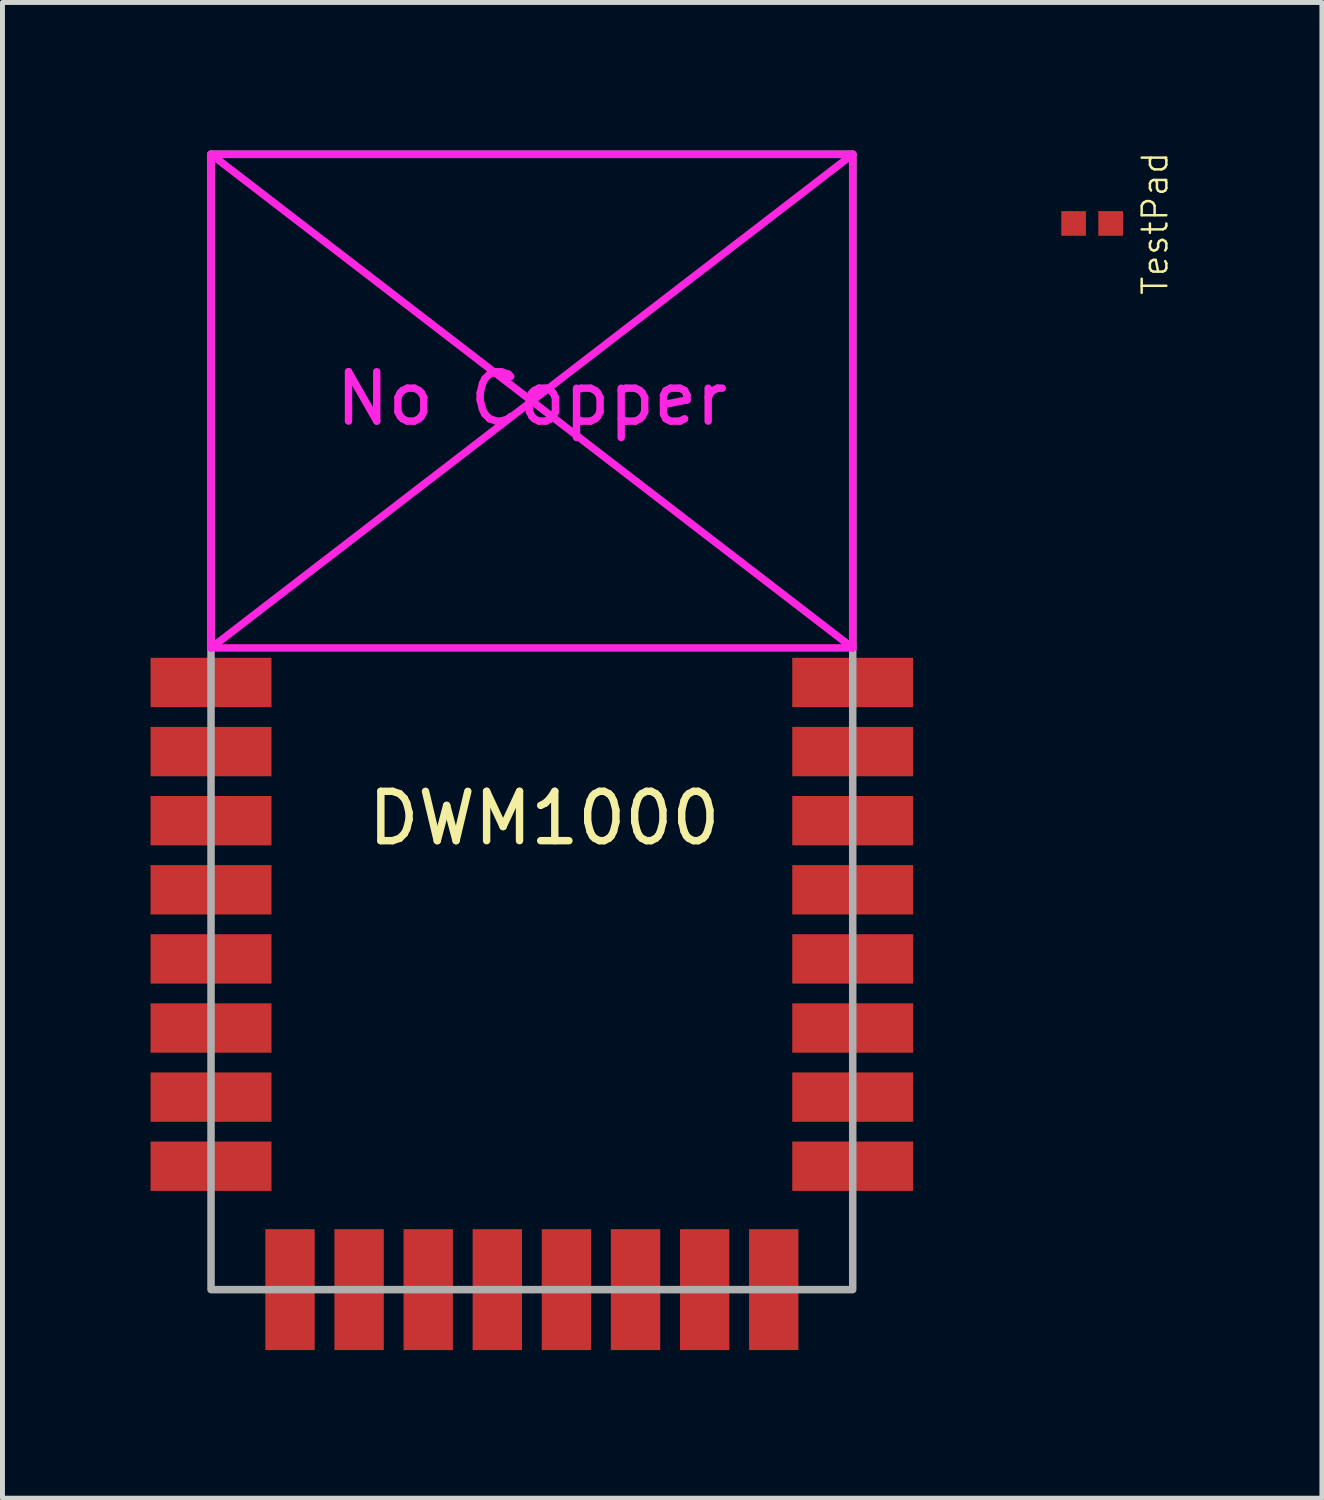
<source format=kicad_pcb>
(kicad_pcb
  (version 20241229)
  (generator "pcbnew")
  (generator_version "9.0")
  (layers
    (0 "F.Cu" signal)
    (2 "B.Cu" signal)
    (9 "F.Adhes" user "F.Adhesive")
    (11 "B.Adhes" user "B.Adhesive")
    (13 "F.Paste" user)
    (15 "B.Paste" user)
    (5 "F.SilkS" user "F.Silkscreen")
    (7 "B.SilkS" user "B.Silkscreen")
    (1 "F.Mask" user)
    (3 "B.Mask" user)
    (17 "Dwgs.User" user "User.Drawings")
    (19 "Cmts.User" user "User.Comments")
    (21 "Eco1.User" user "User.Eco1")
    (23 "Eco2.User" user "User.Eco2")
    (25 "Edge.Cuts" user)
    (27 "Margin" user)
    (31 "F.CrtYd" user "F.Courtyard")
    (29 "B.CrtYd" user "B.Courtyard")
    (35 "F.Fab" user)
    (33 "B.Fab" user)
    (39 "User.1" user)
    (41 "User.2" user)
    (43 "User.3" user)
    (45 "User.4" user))
  (footprint "DWM1000"
    (layer "F.Cu")
    (at 1.225 10.776)
    (property "Reference" "DWM1000" (at 6.75 2.75 0) (layer "F.SilkS") (effects (font (size 1 1) (thickness 0.15))))
    (attr through_hole)
    (fp_line (start 0 -10.7) (end 0 -0.7) (stroke (width 0.152) (type solid)) (layer "F.CrtYd"))
    (fp_line (start 0 -10.7) (end 13 -0.7) (stroke (width 0.152) (type solid)) (layer "F.CrtYd"))
    (fp_line (start 0 -0.7) (end 13 -0.7) (stroke (width 0.152) (type solid)) (layer "F.CrtYd"))
    (fp_line (start 13 -10.7) (end 0 -10.7) (stroke (width 0.152) (type solid)) (layer "F.CrtYd"))
    (fp_line (start 13 -10.7) (end 0 -0.7) (stroke (width 0.152) (type solid)) (layer "F.CrtYd"))
    (fp_line (start 13 -0.7) (end 13 -10.7) (stroke (width 0.152) (type solid)) (layer "F.CrtYd"))
    (fp_line (start 0 -10.7) (end 13 -10.7) (stroke (width 0.152) (type solid)) (layer "F.Fab"))
    (fp_line (start 0 12.25) (end 0 -10.7) (stroke (width 0.152) (type solid)) (layer "F.Fab"))
    (fp_line (start 13 -10.7) (end 13 12.25) (stroke (width 0.152) (type solid)) (layer "F.Fab"))
    (fp_line (start 13 12.3) (end 0 12.3) (stroke (width 0.152) (type solid)) (layer "F.Fab"))
    (fp_text user "No Copper" (at 6.5 -5.75 0) (layer "F.CrtYd") (effects (font (size 1 1) (thickness 0.15))))
    (pad "1" smd rect (at 0 0) (size 2.45 1) (layers "F.Cu" "F.Mask" "F.Paste"))
    (pad "2" smd rect (at 0 1.4) (size 2.45 1) (layers "F.Cu" "F.Mask" "F.Paste"))
    (pad "3" smd rect (at 0 2.8) (size 2.45 1) (layers "F.Cu" "F.Mask" "F.Paste"))
    (pad "4" smd rect (at 0 4.2) (size 2.45 1) (layers "F.Cu" "F.Mask" "F.Paste"))
    (pad "5" smd rect (at 0 5.6) (size 2.45 1) (layers "F.Cu" "F.Mask" "F.Paste"))
    (pad "6" smd rect (at 0 7) (size 2.45 1) (layers "F.Cu" "F.Mask" "F.Paste"))
    (pad "7" smd rect (at 0 8.4) (size 2.45 1) (layers "F.Cu" "F.Mask" "F.Paste"))
    (pad "8" smd rect (at 0 9.8) (size 2.45 1) (layers "F.Cu" "F.Mask" "F.Paste"))
    (pad "9" smd rect (at 1.6 12.3 90) (size 2.45 1) (layers "F.Cu" "F.Mask" "F.Paste"))
    (pad "10" smd rect (at 3 12.3 90) (size 2.45 1) (layers "F.Cu" "F.Mask" "F.Paste"))
    (pad "11" smd rect (at 4.4 12.3 90) (size 2.45 1) (layers "F.Cu" "F.Mask" "F.Paste"))
    (pad "12" smd rect (at 5.8 12.3 90) (size 2.45 1) (layers "F.Cu" "F.Mask" "F.Paste"))
    (pad "13" smd rect (at 7.2 12.3 90) (size 2.45 1) (layers "F.Cu" "F.Mask" "F.Paste"))
    (pad "14" smd rect (at 8.6 12.3 90) (size 2.45 1) (layers "F.Cu" "F.Mask" "F.Paste"))
    (pad "15" smd rect (at 10 12.3 90) (size 2.45 1) (layers "F.Cu" "F.Mask" "F.Paste"))
    (pad "16" smd rect (at 11.4 12.3 90) (size 2.45 1) (layers "F.Cu" "F.Mask" "F.Paste"))
    (pad "17" smd rect (at 13 9.8) (size 2.45 1) (layers "F.Cu" "F.Mask" "F.Paste"))
    (pad "18" smd rect (at 13 8.4) (size 2.45 1) (layers "F.Cu" "F.Mask" "F.Paste"))
    (pad "19" smd rect (at 13 7) (size 2.45 1) (layers "F.Cu" "F.Mask" "F.Paste"))
    (pad "20" smd rect (at 13 5.6) (size 2.45 1) (layers "F.Cu" "F.Mask" "F.Paste"))
    (pad "21" smd rect (at 13 4.2) (size 2.45 1) (layers "F.Cu" "F.Mask" "F.Paste"))
    (pad "22" smd rect (at 13 2.8) (size 2.45 1) (layers "F.Cu" "F.Mask" "F.Paste"))
    (pad "23" smd rect (at 13 1.4) (size 2.45 1) (layers "F.Cu" "F.Mask" "F.Paste"))
    (pad "24" smd rect (at 13 0) (size 2.45 1) (layers "F.Cu" "F.Mask" "F.Paste")))
  (footprint "TestPad"
    (layer "F.Cu")
    (at 19.45 1.477)
    (property "Reference" "TestPad" (at 0.9 0 90) (layer "F.SilkS") (effects (font (size 0.5 0.5) (thickness 0.05))))
    (attr through_hole)
    (pad "1" smd rect (at -0.75 0) (size 0.5 0.5) (layers "F.Cu" "F.Mask" "F.Paste"))
    (pad "2" smd rect (at 0 0) (size 0.5 0.5) (layers "F.Cu" "F.Mask" "F.Paste")))
  (gr_rect
    (start -3 -3)
    (end 23.73 27.301)
    (stroke (width 0.1) (type default))
    (fill no)
    (layer "Edge.Cuts")))
</source>
